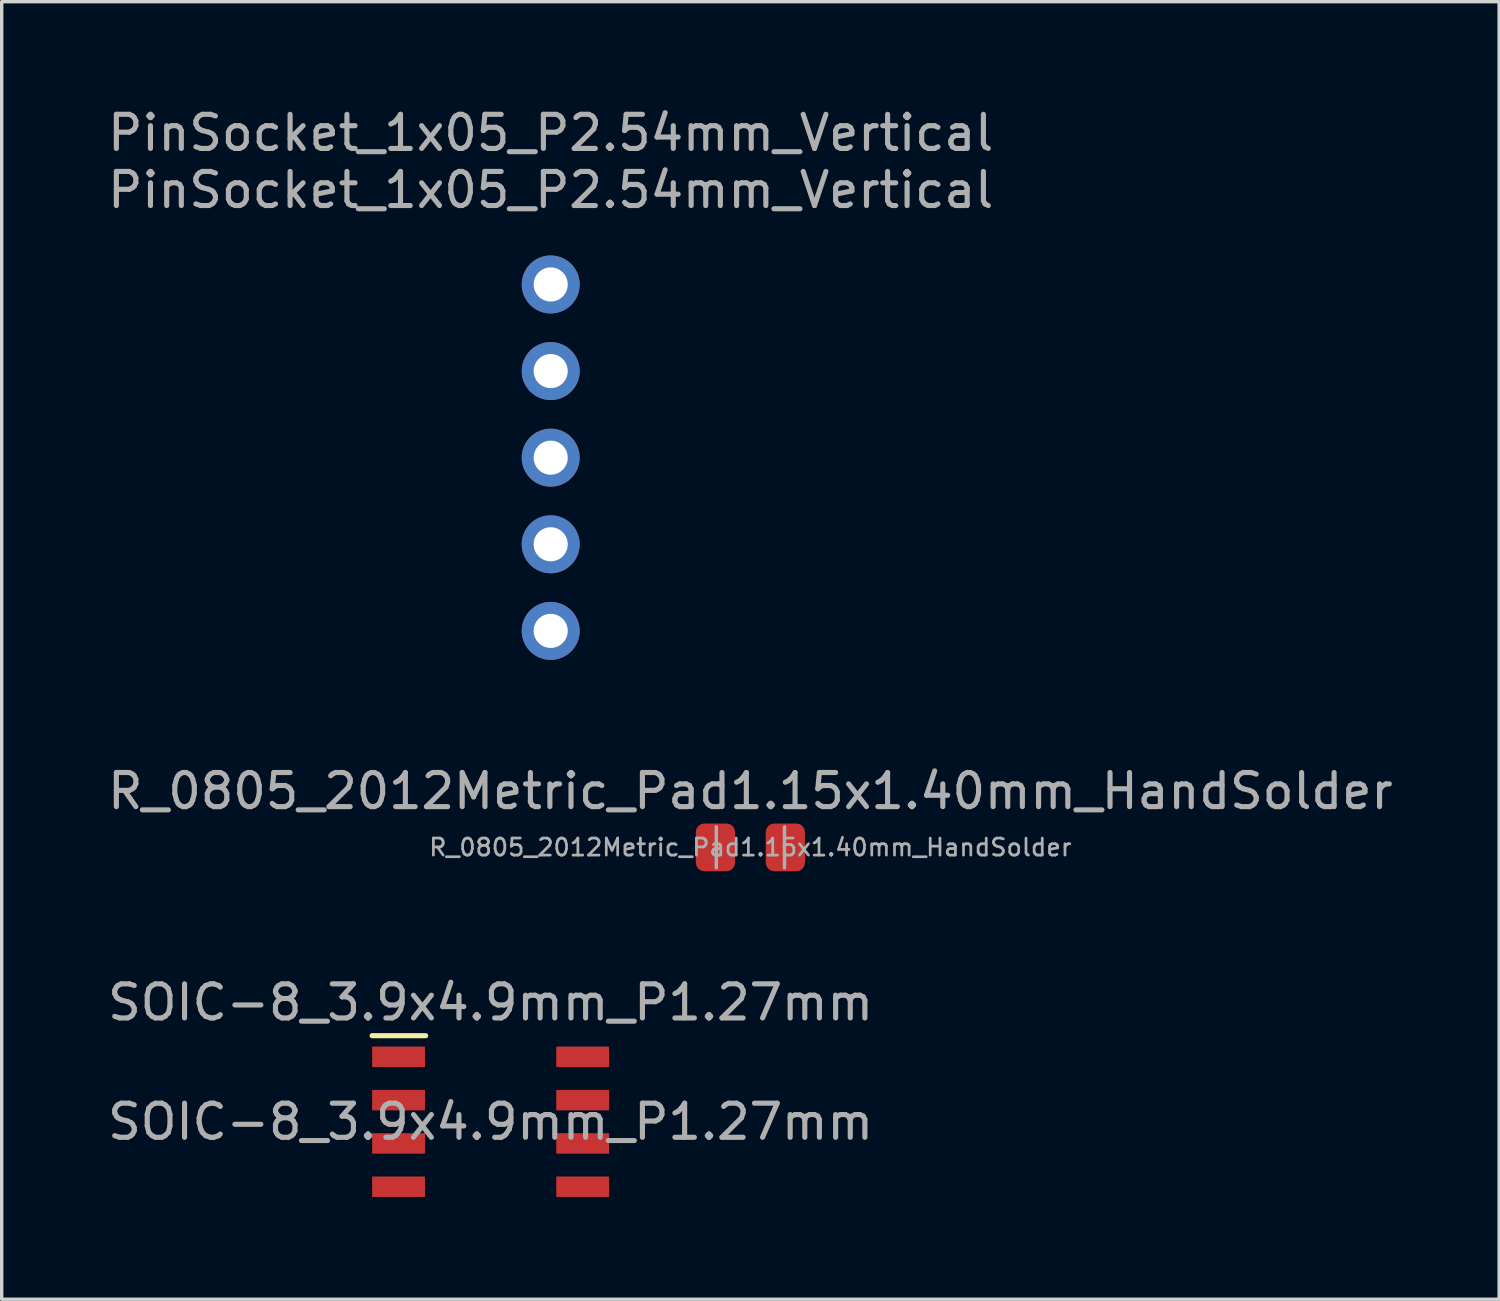
<source format=kicad_pcb>
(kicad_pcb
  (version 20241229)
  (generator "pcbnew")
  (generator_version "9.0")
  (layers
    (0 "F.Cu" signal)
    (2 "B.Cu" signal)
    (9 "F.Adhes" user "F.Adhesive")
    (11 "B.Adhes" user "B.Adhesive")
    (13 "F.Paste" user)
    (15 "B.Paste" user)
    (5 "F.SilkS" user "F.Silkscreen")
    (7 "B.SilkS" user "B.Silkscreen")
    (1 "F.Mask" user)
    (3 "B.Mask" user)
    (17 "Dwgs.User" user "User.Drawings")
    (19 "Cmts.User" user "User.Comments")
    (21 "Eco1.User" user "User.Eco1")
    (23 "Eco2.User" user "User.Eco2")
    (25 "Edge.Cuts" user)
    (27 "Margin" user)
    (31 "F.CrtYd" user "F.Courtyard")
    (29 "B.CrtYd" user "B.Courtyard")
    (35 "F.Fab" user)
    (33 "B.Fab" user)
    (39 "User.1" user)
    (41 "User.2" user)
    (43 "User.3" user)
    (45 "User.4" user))
  (footprint "PinSocket_1x05_P2.54mm_Vertical"
    (layer "F.Cu")
    (at 13.101 5.293)
    (property "Reference" "PinSocket_1x05_P2.54mm_Vertical" (at 0 -2.77 0) (layer "F.Fab") (effects (font (size 1 1) (thickness 0.15))))
    (attr through_hole)
    (fp_text user "${REFERENCE}" (at 0 -4.445 180) (layer "F.Fab") (effects (font (size 1 1) (thickness 0.15))))
    (pad "1" thru_hole circle (at 0 0) (size 1.7 1.7) (drill 1) (layers "*.Cu" "*.Mask"))
    (pad "2" thru_hole oval (at 0 2.54) (size 1.7 1.7) (drill 1) (layers "*.Cu" "*.Mask"))
    (pad "3" thru_hole oval (at 0 5.08) (size 1.7 1.7) (drill 1) (layers "*.Cu" "*.Mask"))
    (pad "4" thru_hole oval (at 0 7.62) (size 1.7 1.7) (drill 1) (layers "*.Cu" "*.Mask"))
    (pad "5" thru_hole oval (at 0 10.16) (size 1.7 1.7) (drill 1) (layers "*.Cu" "*.Mask")))
  (footprint "SOIC-8_3.9x4.9mm_P1.27mm"
    (layer "F.Cu")
    (at 11.339 29.85)
    (property "Reference" "SOIC-8_3.9x4.9mm_P1.27mm" (at 0 -3.5 0) (layer "F.Fab") (effects (font (size 1 1) (thickness 0.15))))
    (attr smd)
    (fp_line (start -1.905 -2.525) (end -3.475 -2.525) (stroke (width 0.15) (type solid)) (layer "F.SilkS"))
    (fp_text user "${REFERENCE}" (at 0 0 0) (layer "F.Fab") (effects (font (size 1 1) (thickness 0.15))))
    (pad "1" smd rect (at -2.7 -1.905) (size 1.55 0.6) (layers "F.Cu" "F.Mask" "F.Paste"))
    (pad "2" smd rect (at -2.7 -0.635) (size 1.55 0.6) (layers "F.Cu" "F.Mask" "F.Paste"))
    (pad "3" smd rect (at -2.7 0.635) (size 1.55 0.6) (layers "F.Cu" "F.Mask" "F.Paste"))
    (pad "4" smd rect (at -2.7 1.905) (size 1.55 0.6) (layers "F.Cu" "F.Mask" "F.Paste"))
    (pad "5" smd rect (at 2.7 1.905) (size 1.55 0.6) (layers "F.Cu" "F.Mask" "F.Paste"))
    (pad "6" smd rect (at 2.7 0.635) (size 1.55 0.6) (layers "F.Cu" "F.Mask" "F.Paste"))
    (pad "7" smd rect (at 2.7 -0.635) (size 1.55 0.6) (layers "F.Cu" "F.Mask" "F.Paste"))
    (pad "8" smd rect (at 2.7 -1.905) (size 1.55 0.6) (layers "F.Cu" "F.Mask" "F.Paste")))
  (footprint "R_0805_2012Metric_Pad1.15x1.40mm_HandSolder"
    (layer "F.Cu")
    (at 18.958 21.802)
    (property "Reference" "R_0805_2012Metric_Pad1.15x1.40mm_HandSolder" (at 0 -1.65 180) (layer "F.Fab") (effects (font (size 1 1) (thickness 0.15))))
    (attr smd)
    (fp_line (start -1 0.6) (end -1 -0.6) (stroke (width 0.1) (type solid)) (layer "F.Fab"))
    (fp_line (start 1 -0.6) (end 1 0.6) (stroke (width 0.1) (type solid)) (layer "F.Fab"))
    (fp_text user "${REFERENCE}" (at 0 0 180) (layer "F.Fab") (effects (font (size 0.5 0.5) (thickness 0.08))))
    (pad "1" smd roundrect (at -1.025 0) (size 1.15 1.4) (layers "F.Cu" "F.Mask" "F.Paste") (roundrect_rratio 0.217))
    (pad "2" smd roundrect (at 1.025 0) (size 1.15 1.4) (layers "F.Cu" "F.Mask" "F.Paste") (roundrect_rratio 0.217)))
  (gr_rect
    (start -3 -3)
    (end 40.917 35.055)
    (stroke (width 0.1) (type default))
    (fill no)
    (layer "Edge.Cuts")))
</source>
